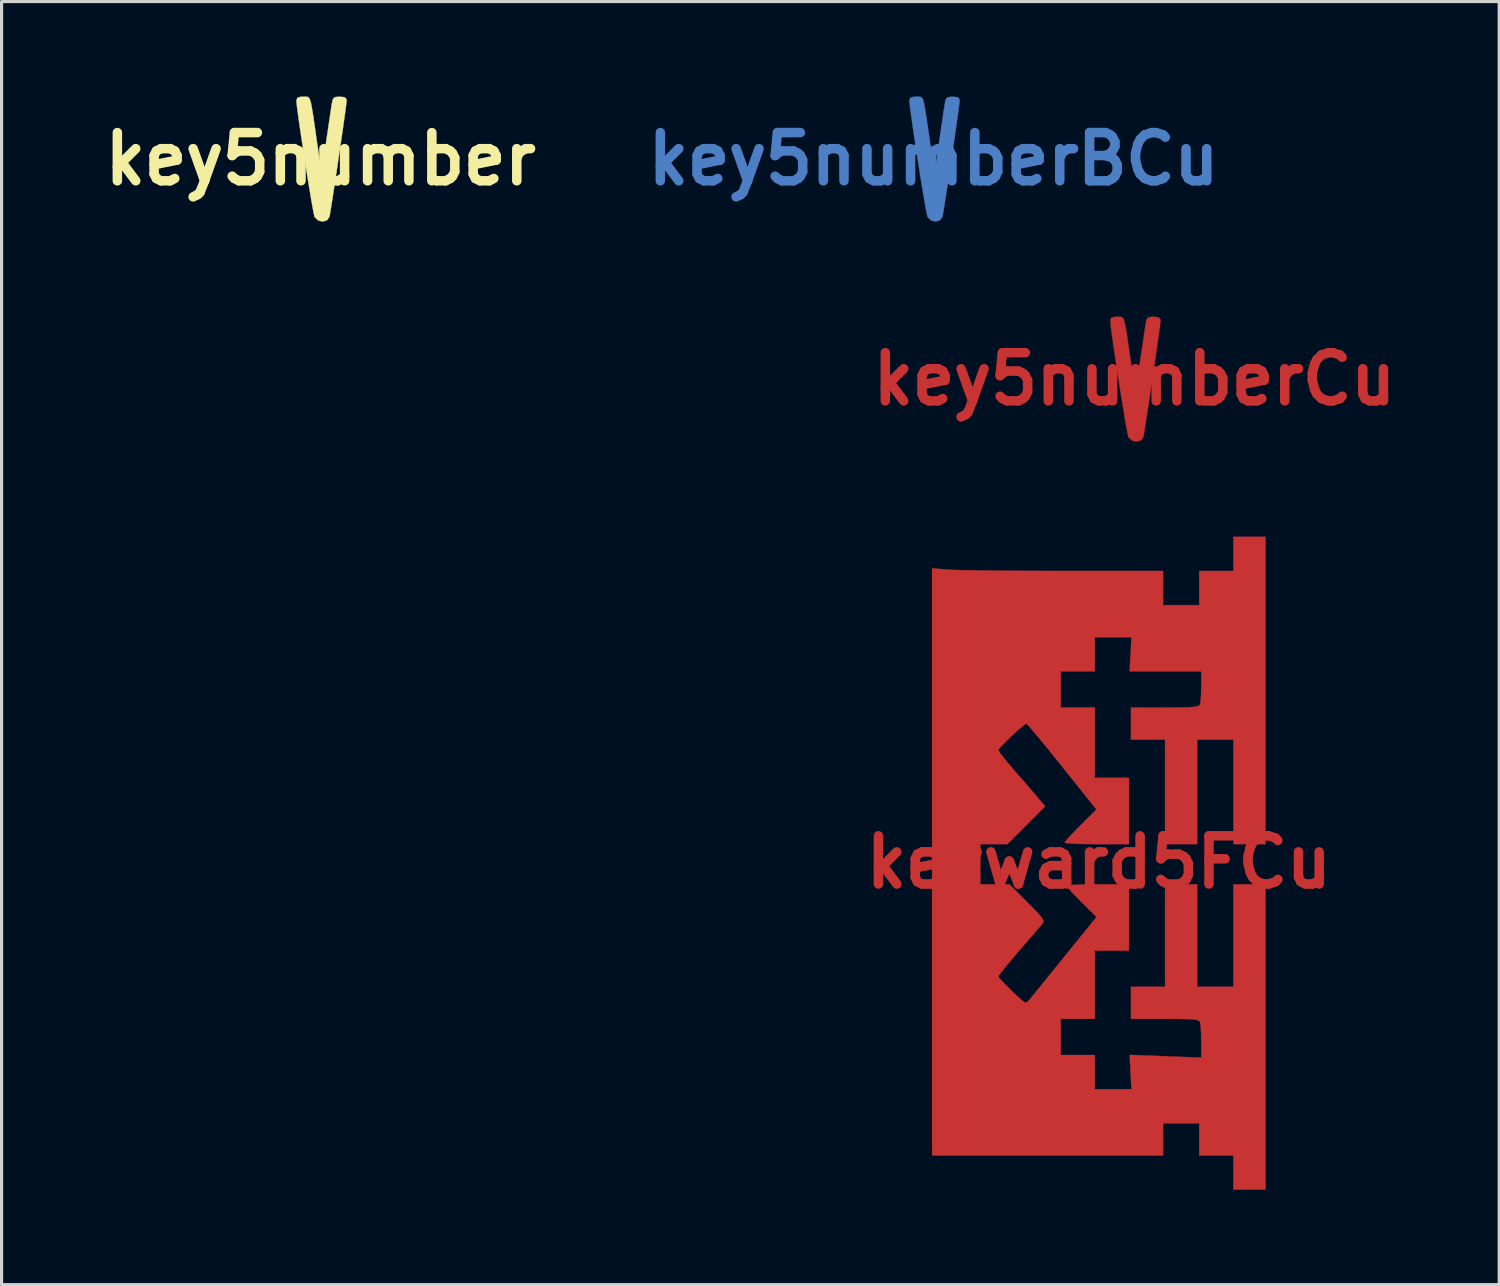
<source format=kicad_pcb>
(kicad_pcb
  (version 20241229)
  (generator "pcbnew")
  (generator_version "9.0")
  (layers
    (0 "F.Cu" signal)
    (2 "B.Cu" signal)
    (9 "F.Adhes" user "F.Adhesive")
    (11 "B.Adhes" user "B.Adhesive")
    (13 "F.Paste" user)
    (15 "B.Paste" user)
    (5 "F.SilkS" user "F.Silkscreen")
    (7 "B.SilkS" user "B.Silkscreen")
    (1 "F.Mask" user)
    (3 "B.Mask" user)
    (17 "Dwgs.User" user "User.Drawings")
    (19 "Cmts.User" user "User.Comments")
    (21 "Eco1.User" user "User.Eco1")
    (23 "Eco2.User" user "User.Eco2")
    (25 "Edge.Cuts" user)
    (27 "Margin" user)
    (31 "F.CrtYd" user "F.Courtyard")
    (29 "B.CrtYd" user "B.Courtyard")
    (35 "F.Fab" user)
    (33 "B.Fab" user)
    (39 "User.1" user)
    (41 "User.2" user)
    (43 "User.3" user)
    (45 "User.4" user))
  (footprint "key5numberBMask"
    (layer "F.Cu")
    (at 10.639 8.934)
    (property "Reference" "key5numberBMask" (at 0 0 0) (layer "B.Mask") (effects (font (size 1.524 1.524) (thickness 0.3))))
    (attr through_hole)
    (fp_poly (pts (xy -0.416 -1.966) (xy -0.371 -1.941) (xy -0.334 -1.879) (xy -0.301 -1.764) (xy -0.266 -1.583) (xy -0.224 -1.318) (xy -0.172 -0.956) (xy -0.119 -0.584) (xy 0.03 0.452) (xy 0.169 -0.489) (xy 0.222 -0.844) (xy 0.272 -1.178) (xy 0.313 -1.459) (xy 0.343 -1.655) (xy 0.349 -1.699) (xy 0.381 -1.868) (xy 0.434 -1.946) (xy 0.54 -1.968) (xy 0.607 -1.968) (xy 0.759 -1.954) (xy 0.819 -1.896) (xy 0.826 -1.843) (xy 0.816 -1.753) (xy 0.791 -1.557) (xy 0.752 -1.275) (xy 0.703 -0.928) (xy 0.646 -0.535) (xy 0.584 -0.117) (xy 0.522 0.306) (xy 0.46 0.715) (xy 0.403 1.089) (xy 0.353 1.408) (xy 0.314 1.653) (xy 0.288 1.803) (xy 0.283 1.826) (xy 0.206 1.937) (xy 0.071 1.978) (xy -0.073 1.946) (xy -0.181 1.844) (xy -0.189 1.826) (xy -0.212 1.731) (xy -0.251 1.531) (xy -0.301 1.245) (xy -0.359 0.895) (xy -0.424 0.5) (xy -0.49 0.08) (xy -0.556 -0.344) (xy -0.617 -0.753) (xy -0.672 -1.125) (xy -0.716 -1.441) (xy -0.747 -1.68) (xy -0.761 -1.823) (xy -0.762 -1.84) (xy -0.737 -1.93) (xy -0.637 -1.965) (xy -0.548 -1.968) (xy -0.473 -1.971) (xy -0.416 -1.966)) (stroke (width 0.01) (type solid)) (fill yes) (layer "B.Mask")))
  (footprint "key5number"
    (layer "F.Cu")
    (at 7.083 1.976)
    (property "Reference" "key5number" (at 0 0 0) (layer "F.SilkS") (effects (font (size 1.524 1.524) (thickness 0.3))))
    (attr through_hole)
    (fp_poly (pts (xy -0.416 -1.966) (xy -0.371 -1.941) (xy -0.334 -1.879) (xy -0.301 -1.764) (xy -0.266 -1.583) (xy -0.224 -1.318) (xy -0.172 -0.956) (xy -0.119 -0.584) (xy 0.03 0.452) (xy 0.169 -0.489) (xy 0.222 -0.844) (xy 0.272 -1.178) (xy 0.313 -1.459) (xy 0.343 -1.655) (xy 0.349 -1.699) (xy 0.381 -1.868) (xy 0.434 -1.946) (xy 0.54 -1.968) (xy 0.607 -1.968) (xy 0.759 -1.954) (xy 0.819 -1.896) (xy 0.826 -1.843) (xy 0.816 -1.753) (xy 0.791 -1.557) (xy 0.752 -1.275) (xy 0.703 -0.928) (xy 0.646 -0.535) (xy 0.584 -0.117) (xy 0.522 0.306) (xy 0.46 0.715) (xy 0.403 1.089) (xy 0.353 1.408) (xy 0.314 1.653) (xy 0.288 1.803) (xy 0.283 1.826) (xy 0.206 1.937) (xy 0.071 1.978) (xy -0.073 1.946) (xy -0.181 1.844) (xy -0.189 1.826) (xy -0.212 1.731) (xy -0.251 1.531) (xy -0.301 1.245) (xy -0.359 0.895) (xy -0.424 0.5) (xy -0.49 0.08) (xy -0.556 -0.344) (xy -0.617 -0.753) (xy -0.672 -1.125) (xy -0.716 -1.441) (xy -0.747 -1.68) (xy -0.761 -1.823) (xy -0.762 -1.84) (xy -0.737 -1.93) (xy -0.637 -1.965) (xy -0.548 -1.968) (xy -0.473 -1.971) (xy -0.416 -1.966)) (stroke (width 0.01) (type solid)) (fill yes) (layer "F.SilkS")))
  (footprint "key5numberCu"
    (layer "F.Cu")
    (at 32.813 8.934)
    (property "Reference" "key5numberCu" (at 0 0 0) (layer "F.Cu") (effects (font (size 1.524 1.524) (thickness 0.3))))
    (attr through_hole)
    (fp_poly (pts (xy -0.416 -1.966) (xy -0.371 -1.941) (xy -0.334 -1.879) (xy -0.301 -1.764) (xy -0.266 -1.583) (xy -0.224 -1.318) (xy -0.172 -0.956) (xy -0.119 -0.584) (xy 0.03 0.452) (xy 0.169 -0.489) (xy 0.222 -0.844) (xy 0.272 -1.178) (xy 0.313 -1.459) (xy 0.343 -1.655) (xy 0.349 -1.699) (xy 0.381 -1.868) (xy 0.434 -1.946) (xy 0.54 -1.968) (xy 0.607 -1.968) (xy 0.759 -1.954) (xy 0.819 -1.896) (xy 0.826 -1.843) (xy 0.816 -1.753) (xy 0.791 -1.557) (xy 0.752 -1.275) (xy 0.703 -0.928) (xy 0.646 -0.535) (xy 0.584 -0.117) (xy 0.522 0.306) (xy 0.46 0.715) (xy 0.403 1.089) (xy 0.353 1.408) (xy 0.314 1.653) (xy 0.288 1.803) (xy 0.283 1.826) (xy 0.206 1.937) (xy 0.071 1.978) (xy -0.073 1.946) (xy -0.181 1.844) (xy -0.189 1.826) (xy -0.212 1.731) (xy -0.251 1.531) (xy -0.301 1.245) (xy -0.359 0.895) (xy -0.424 0.5) (xy -0.49 0.08) (xy -0.556 -0.344) (xy -0.617 -0.753) (xy -0.672 -1.125) (xy -0.716 -1.441) (xy -0.747 -1.68) (xy -0.761 -1.823) (xy -0.762 -1.84) (xy -0.737 -1.93) (xy -0.637 -1.965) (xy -0.548 -1.968) (xy -0.473 -1.971) (xy -0.416 -1.966)) (stroke (width 0.01) (type solid)) (fill yes) (layer "F.Cu")))
  (footprint "key5numberFMask"
    (layer "F.Cu")
    (at 10.53 15.892)
    (property "Reference" "key5numberFMask" (at 0 0 0) (layer "F.Mask") (effects (font (size 1.524 1.524) (thickness 0.3))))
    (attr through_hole)
    (fp_poly (pts (xy -0.416 -1.966) (xy -0.371 -1.941) (xy -0.334 -1.879) (xy -0.301 -1.764) (xy -0.266 -1.583) (xy -0.224 -1.318) (xy -0.172 -0.956) (xy -0.119 -0.584) (xy 0.03 0.452) (xy 0.169 -0.489) (xy 0.222 -0.844) (xy 0.272 -1.178) (xy 0.313 -1.459) (xy 0.343 -1.655) (xy 0.349 -1.699) (xy 0.381 -1.868) (xy 0.434 -1.946) (xy 0.54 -1.968) (xy 0.607 -1.968) (xy 0.759 -1.954) (xy 0.819 -1.896) (xy 0.826 -1.843) (xy 0.816 -1.753) (xy 0.791 -1.557) (xy 0.752 -1.275) (xy 0.703 -0.928) (xy 0.646 -0.535) (xy 0.584 -0.117) (xy 0.522 0.306) (xy 0.46 0.715) (xy 0.403 1.089) (xy 0.353 1.408) (xy 0.314 1.653) (xy 0.288 1.803) (xy 0.283 1.826) (xy 0.206 1.937) (xy 0.071 1.978) (xy -0.073 1.946) (xy -0.181 1.844) (xy -0.189 1.826) (xy -0.212 1.731) (xy -0.251 1.531) (xy -0.301 1.245) (xy -0.359 0.895) (xy -0.424 0.5) (xy -0.49 0.08) (xy -0.556 -0.344) (xy -0.617 -0.753) (xy -0.672 -1.125) (xy -0.716 -1.441) (xy -0.747 -1.68) (xy -0.761 -1.823) (xy -0.762 -1.84) (xy -0.737 -1.93) (xy -0.637 -1.965) (xy -0.548 -1.968) (xy -0.473 -1.971) (xy -0.416 -1.966)) (stroke (width 0.01) (type solid)) (fill yes) (layer "F.Mask")))
  (footprint "keyward5FCu"
    (layer "F.Cu")
    (at 31.688 24.208)
    (property "Reference" "keyward5FCu" (at 0 0 0) (layer "F.Cu") (effects (font (size 1.524 1.524) (thickness 0.3))))
    (attr through_hole)
    (fp_poly (pts (xy 5.271 -0.572) (xy 4.255 -0.572) (xy 4.255 -3.873) (xy 3.111 -3.873) (xy 3.111 -0.572) (xy 2.095 -0.572) (xy 2.095 -3.873) (xy 1.016 -3.873) (xy 1.016 -4.889) (xy 2.089 -4.89) (xy 2.488 -4.891) (xy 2.778 -4.896) (xy 2.977 -4.907) (xy 3.102 -4.926) (xy 3.17 -4.953) (xy 3.2 -4.99) (xy 3.219 -5.1) (xy 3.233 -5.297) (xy 3.238 -5.539) (xy 3.239 -5.561) (xy 3.239 -6.032) (xy 0.975 -6.032) (xy 1.032 -7.112) (xy -0.127 -7.112) (xy -0.127 -6.032) (xy -1.206 -6.032) (xy -1.206 -4.889) (xy -0.127 -4.889) (xy -0.127 -2.667) (xy 0.953 -2.667) (xy 0.953 -0.572) (xy -0.064 -0.572) (xy -0.407 -0.574) (xy -0.7 -0.582) (xy -0.923 -0.595) (xy -1.054 -0.61) (xy -1.079 -0.621) (xy -1.037 -0.683) (xy -0.922 -0.813) (xy -0.752 -0.992) (xy -0.578 -1.169) (xy -0.076 -1.668) (xy -1.161 -3.025) (xy -1.448 -3.38) (xy -1.708 -3.701) (xy -1.934 -3.975) (xy -2.112 -4.188) (xy -2.234 -4.327) (xy -2.288 -4.381) (xy -2.289 -4.382) (xy -2.359 -4.34) (xy -2.491 -4.232) (xy -2.659 -4.082) (xy -2.837 -3.914) (xy -2.999 -3.752) (xy -3.12 -3.622) (xy -3.174 -3.547) (xy -3.175 -3.543) (xy -3.135 -3.473) (xy -3.026 -3.328) (xy -2.864 -3.129) (xy -2.664 -2.894) (xy -2.619 -2.842) (xy -2.393 -2.583) (xy -2.18 -2.337) (xy -2.003 -2.132) (xy -1.886 -1.994) (xy -1.88 -1.987) (xy -1.696 -1.767) (xy -2.291 -1.169) (xy -2.887 -0.572) (xy -3.747 -0.572) (xy -3.747 0.699) (xy -2.823 0.699) (xy -2.257 1.268) (xy -2.023 1.504) (xy -1.869 1.67) (xy -1.782 1.782) (xy -1.75 1.858) (xy -1.761 1.915) (xy -1.786 1.95) (xy -1.86 2.036) (xy -2 2.199) (xy -2.189 2.418) (xy -2.41 2.674) (xy -2.529 2.811) (xy -2.751 3.071) (xy -2.94 3.299) (xy -3.082 3.476) (xy -3.162 3.586) (xy -3.175 3.611) (xy -3.132 3.676) (xy -3.019 3.8) (xy -2.864 3.959) (xy -2.69 4.128) (xy -2.524 4.282) (xy -2.391 4.395) (xy -2.317 4.445) (xy -2.314 4.445) (xy -2.24 4.402) (xy -2.198 4.357) (xy -2.14 4.285) (xy -2.013 4.129) (xy -1.83 3.902) (xy -1.602 3.62) (xy -1.339 3.296) (xy -1.1 3.001) (xy -0.073 1.733) (xy -0.545 1.265) (xy -0.74 1.067) (xy -0.895 0.901) (xy -0.993 0.786) (xy -1.016 0.748) (xy -0.956 0.731) (xy -0.791 0.716) (xy -0.542 0.706) (xy -0.23 0.7) (xy -0.032 0.699) (xy 0.953 0.699) (xy 0.953 2.794) (xy -0.127 2.794) (xy -0.127 4.953) (xy -1.206 4.953) (xy -1.206 6.096) (xy -0.127 6.096) (xy -0.127 7.176) (xy 1.032 7.176) (xy 1.003 6.633) (xy 0.975 6.091) (xy 2.107 6.135) (xy 3.239 6.179) (xy 3.239 5.666) (xy 3.234 5.413) (xy 3.222 5.2) (xy 3.204 5.068) (xy 3.2 5.053) (xy 3.17 5.016) (xy 3.101 4.989) (xy 2.977 4.971) (xy 2.778 4.96) (xy 2.487 4.954) (xy 2.089 4.953) (xy 1.016 4.953) (xy 1.016 3.937) (xy 2.095 3.937) (xy 2.095 0.699) (xy 3.111 0.699) (xy 3.111 3.937) (xy 4.255 3.937) (xy 4.255 0.699) (xy 5.271 0.699) (xy 5.271 10.351) (xy 4.255 10.351) (xy 4.255 9.271) (xy 3.175 9.271) (xy 3.175 8.255) (xy 2.032 8.255) (xy 2.032 9.271) (xy -5.271 9.271) (xy -5.271 -9.29) (xy -4.747 -9.249) (xy -4.578 -9.241) (xy -4.297 -9.233) (xy -3.918 -9.226) (xy -3.458 -9.22) (xy -2.931 -9.215) (xy -2.351 -9.211) (xy -1.735 -9.209) (xy -1.096 -9.208) (xy -1.095 -9.208) (xy 2.032 -9.207) (xy 2.032 -8.128) (xy 3.175 -8.128) (xy 3.175 -9.207) (xy 4.255 -9.207) (xy 4.255 -10.287) (xy 5.271 -10.287) (xy 5.271 -0.572)) (stroke (width 0.01) (type solid)) (fill yes) (layer "F.Cu")))
  (footprint "key5numberBCu"
    (layer "B.Cu")
    (at 26.463 1.976)
    (property "Reference" "key5numberBCu" (at 0 0 0) (layer "B.Cu") (effects (font (size 1.524 1.524) (thickness 0.3))))
    (attr through_hole)
    (fp_poly (pts (xy -0.416 -1.966) (xy -0.371 -1.941) (xy -0.334 -1.879) (xy -0.301 -1.764) (xy -0.266 -1.583) (xy -0.224 -1.318) (xy -0.172 -0.956) (xy -0.119 -0.584) (xy 0.03 0.452) (xy 0.169 -0.489) (xy 0.222 -0.844) (xy 0.272 -1.178) (xy 0.313 -1.459) (xy 0.343 -1.655) (xy 0.349 -1.699) (xy 0.381 -1.868) (xy 0.434 -1.946) (xy 0.54 -1.968) (xy 0.607 -1.968) (xy 0.759 -1.954) (xy 0.819 -1.896) (xy 0.826 -1.843) (xy 0.816 -1.753) (xy 0.791 -1.557) (xy 0.752 -1.275) (xy 0.703 -0.928) (xy 0.646 -0.535) (xy 0.584 -0.117) (xy 0.522 0.306) (xy 0.46 0.715) (xy 0.403 1.089) (xy 0.353 1.408) (xy 0.314 1.653) (xy 0.288 1.803) (xy 0.283 1.826) (xy 0.206 1.937) (xy 0.071 1.978) (xy -0.073 1.946) (xy -0.181 1.844) (xy -0.189 1.826) (xy -0.212 1.731) (xy -0.251 1.531) (xy -0.301 1.245) (xy -0.359 0.895) (xy -0.424 0.5) (xy -0.49 0.08) (xy -0.556 -0.344) (xy -0.617 -0.753) (xy -0.672 -1.125) (xy -0.716 -1.441) (xy -0.747 -1.68) (xy -0.761 -1.823) (xy -0.762 -1.84) (xy -0.737 -1.93) (xy -0.637 -1.965) (xy -0.548 -1.968) (xy -0.473 -1.971) (xy -0.416 -1.966)) (stroke (width 0.01) (type solid)) (fill yes) (layer "B.Cu")))
  (gr_rect
    (start -3 -3)
    (end 44.347 37.564)
    (stroke (width 0.1) (type default))
    (fill no)
    (layer "Edge.Cuts")))
</source>
